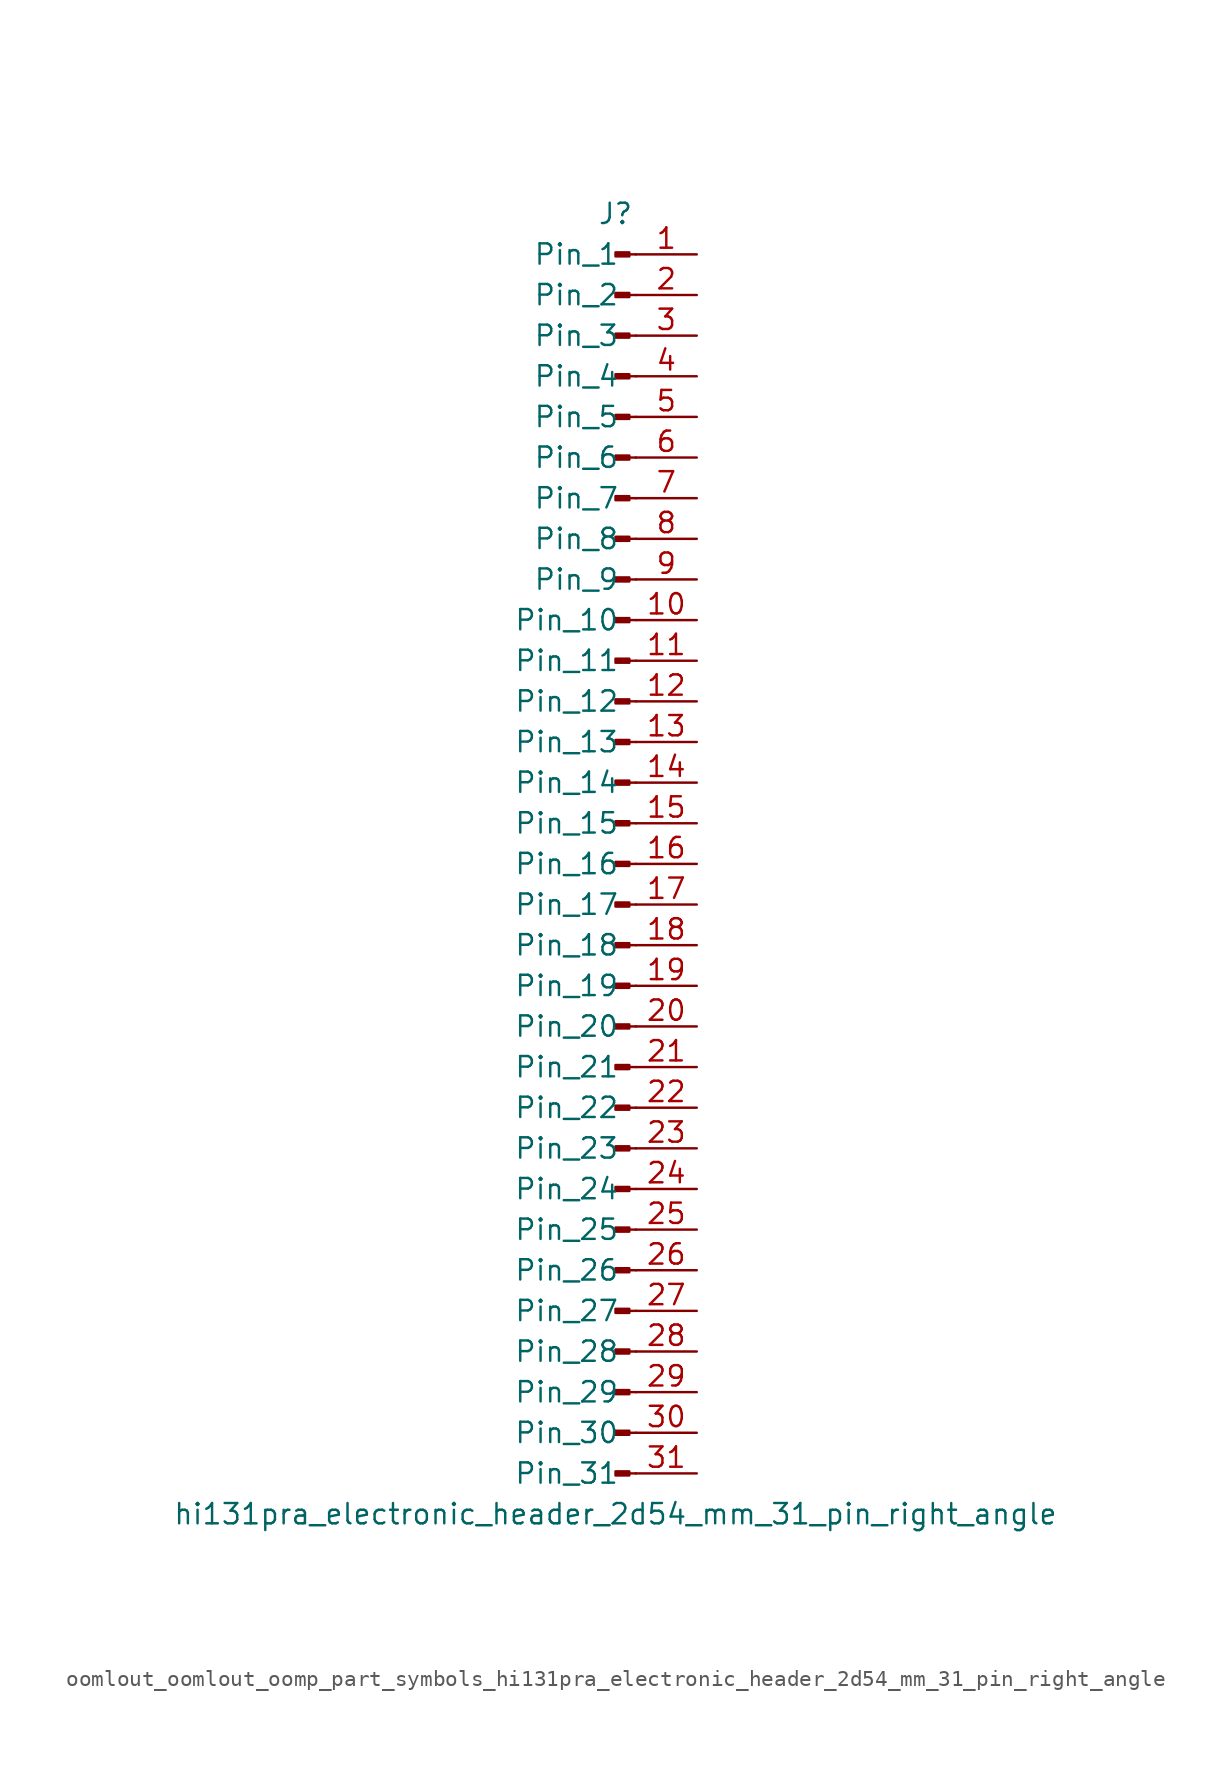
<source format=kicad_sym>
(kicad_symbol_lib
  (version 20220914)
  (generator kicad_symbol_editor)
  (symbol "oomlout_oomlout_oomp_part_symbols_hi131pra_electronic_header_2d54_mm_31_pin_right_angle"
    (pin_names
      (offset 1.016))
    (property "Reference" "J"
      (at 0 40.64 0)
      (effects (font (size 1.27 1.27))))
    (property "Value" "hi131pra_electronic_header_2d54_mm_31_pin_right_angle"
      (at 0 -40.64 0)
      (effects (font (size 1.27 1.27))))
    (property "ki_locked" ""
      (at 0 0 0)
      (effects (font (size 1.27 1.27))))
    (symbol "oomlout_oomlout_oomp_part_symbols_hi131pra_electronic_header_2d54_mm_31_pin_right_angle_1_1"
      (polyline (pts (xy 1.27 -38.1) (xy 0.864 -38.1)) (stroke (width 0.152) (type default)) (fill (type none)))
      (polyline (pts (xy 1.27 -35.56) (xy 0.864 -35.56)) (stroke (width 0.152) (type default)) (fill (type none)))
      (polyline (pts (xy 1.27 -33.02) (xy 0.864 -33.02)) (stroke (width 0.152) (type default)) (fill (type none)))
      (polyline (pts (xy 1.27 -30.48) (xy 0.864 -30.48)) (stroke (width 0.152) (type default)) (fill (type none)))
      (polyline (pts (xy 1.27 -27.94) (xy 0.864 -27.94)) (stroke (width 0.152) (type default)) (fill (type none)))
      (polyline (pts (xy 1.27 -25.4) (xy 0.864 -25.4)) (stroke (width 0.152) (type default)) (fill (type none)))
      (polyline (pts (xy 1.27 -22.86) (xy 0.864 -22.86)) (stroke (width 0.152) (type default)) (fill (type none)))
      (polyline (pts (xy 1.27 -20.32) (xy 0.864 -20.32)) (stroke (width 0.152) (type default)) (fill (type none)))
      (polyline (pts (xy 1.27 -17.78) (xy 0.864 -17.78)) (stroke (width 0.152) (type default)) (fill (type none)))
      (polyline (pts (xy 1.27 -15.24) (xy 0.864 -15.24)) (stroke (width 0.152) (type default)) (fill (type none)))
      (polyline (pts (xy 1.27 -12.7) (xy 0.864 -12.7)) (stroke (width 0.152) (type default)) (fill (type none)))
      (polyline (pts (xy 1.27 -10.16) (xy 0.864 -10.16)) (stroke (width 0.152) (type default)) (fill (type none)))
      (polyline (pts (xy 1.27 -7.62) (xy 0.864 -7.62)) (stroke (width 0.152) (type default)) (fill (type none)))
      (polyline (pts (xy 1.27 -5.08) (xy 0.864 -5.08)) (stroke (width 0.152) (type default)) (fill (type none)))
      (polyline (pts (xy 1.27 -2.54) (xy 0.864 -2.54)) (stroke (width 0.152) (type default)) (fill (type none)))
      (polyline (pts (xy 1.27 0) (xy 0.864 0)) (stroke (width 0.152) (type default)) (fill (type none)))
      (polyline (pts (xy 1.27 2.54) (xy 0.864 2.54)) (stroke (width 0.152) (type default)) (fill (type none)))
      (polyline (pts (xy 1.27 5.08) (xy 0.864 5.08)) (stroke (width 0.152) (type default)) (fill (type none)))
      (polyline (pts (xy 1.27 7.62) (xy 0.864 7.62)) (stroke (width 0.152) (type default)) (fill (type none)))
      (polyline (pts (xy 1.27 10.16) (xy 0.864 10.16)) (stroke (width 0.152) (type default)) (fill (type none)))
      (polyline (pts (xy 1.27 12.7) (xy 0.864 12.7)) (stroke (width 0.152) (type default)) (fill (type none)))
      (polyline (pts (xy 1.27 15.24) (xy 0.864 15.24)) (stroke (width 0.152) (type default)) (fill (type none)))
      (polyline (pts (xy 1.27 17.78) (xy 0.864 17.78)) (stroke (width 0.152) (type default)) (fill (type none)))
      (polyline (pts (xy 1.27 20.32) (xy 0.864 20.32)) (stroke (width 0.152) (type default)) (fill (type none)))
      (polyline (pts (xy 1.27 22.86) (xy 0.864 22.86)) (stroke (width 0.152) (type default)) (fill (type none)))
      (polyline (pts (xy 1.27 25.4) (xy 0.864 25.4)) (stroke (width 0.152) (type default)) (fill (type none)))
      (polyline (pts (xy 1.27 27.94) (xy 0.864 27.94)) (stroke (width 0.152) (type default)) (fill (type none)))
      (polyline (pts (xy 1.27 30.48) (xy 0.864 30.48)) (stroke (width 0.152) (type default)) (fill (type none)))
      (polyline (pts (xy 1.27 33.02) (xy 0.864 33.02)) (stroke (width 0.152) (type default)) (fill (type none)))
      (polyline (pts (xy 1.27 35.56) (xy 0.864 35.56)) (stroke (width 0.152) (type default)) (fill (type none)))
      (polyline (pts (xy 1.27 38.1) (xy 0.864 38.1)) (stroke (width 0.152) (type default)) (fill (type none)))
      (rectangle (start 0.864 -37.973) (end 0 -38.227) (stroke (width 0.152) (type default)) (fill (type outline)))
      (rectangle (start 0.864 -35.433) (end 0 -35.687) (stroke (width 0.152) (type default)) (fill (type outline)))
      (rectangle (start 0.864 -32.893) (end 0 -33.147) (stroke (width 0.152) (type default)) (fill (type outline)))
      (rectangle (start 0.864 -30.353) (end 0 -30.607) (stroke (width 0.152) (type default)) (fill (type outline)))
      (rectangle (start 0.864 -27.813) (end 0 -28.067) (stroke (width 0.152) (type default)) (fill (type outline)))
      (rectangle (start 0.864 -25.273) (end 0 -25.527) (stroke (width 0.152) (type default)) (fill (type outline)))
      (rectangle (start 0.864 -22.733) (end 0 -22.987) (stroke (width 0.152) (type default)) (fill (type outline)))
      (rectangle (start 0.864 -20.193) (end 0 -20.447) (stroke (width 0.152) (type default)) (fill (type outline)))
      (rectangle (start 0.864 -17.653) (end 0 -17.907) (stroke (width 0.152) (type default)) (fill (type outline)))
      (rectangle (start 0.864 -15.113) (end 0 -15.367) (stroke (width 0.152) (type default)) (fill (type outline)))
      (rectangle (start 0.864 -12.573) (end 0 -12.827) (stroke (width 0.152) (type default)) (fill (type outline)))
      (rectangle (start 0.864 -10.033) (end 0 -10.287) (stroke (width 0.152) (type default)) (fill (type outline)))
      (rectangle (start 0.864 -7.493) (end 0 -7.747) (stroke (width 0.152) (type default)) (fill (type outline)))
      (rectangle (start 0.864 -4.953) (end 0 -5.207) (stroke (width 0.152) (type default)) (fill (type outline)))
      (rectangle (start 0.864 -2.413) (end 0 -2.667) (stroke (width 0.152) (type default)) (fill (type outline)))
      (rectangle (start 0.864 0.127) (end 0 -0.127) (stroke (width 0.152) (type default)) (fill (type outline)))
      (rectangle (start 0.864 2.667) (end 0 2.413) (stroke (width 0.152) (type default)) (fill (type outline)))
      (rectangle (start 0.864 5.207) (end 0 4.953) (stroke (width 0.152) (type default)) (fill (type outline)))
      (rectangle (start 0.864 7.747) (end 0 7.493) (stroke (width 0.152) (type default)) (fill (type outline)))
      (rectangle (start 0.864 10.287) (end 0 10.033) (stroke (width 0.152) (type default)) (fill (type outline)))
      (rectangle (start 0.864 12.827) (end 0 12.573) (stroke (width 0.152) (type default)) (fill (type outline)))
      (rectangle (start 0.864 15.367) (end 0 15.113) (stroke (width 0.152) (type default)) (fill (type outline)))
      (rectangle (start 0.864 17.907) (end 0 17.653) (stroke (width 0.152) (type default)) (fill (type outline)))
      (rectangle (start 0.864 20.447) (end 0 20.193) (stroke (width 0.152) (type default)) (fill (type outline)))
      (rectangle (start 0.864 22.987) (end 0 22.733) (stroke (width 0.152) (type default)) (fill (type outline)))
      (rectangle (start 0.864 25.527) (end 0 25.273) (stroke (width 0.152) (type default)) (fill (type outline)))
      (rectangle (start 0.864 28.067) (end 0 27.813) (stroke (width 0.152) (type default)) (fill (type outline)))
      (rectangle (start 0.864 30.607) (end 0 30.353) (stroke (width 0.152) (type default)) (fill (type outline)))
      (rectangle (start 0.864 33.147) (end 0 32.893) (stroke (width 0.152) (type default)) (fill (type outline)))
      (rectangle (start 0.864 35.687) (end 0 35.433) (stroke (width 0.152) (type default)) (fill (type outline)))
      (rectangle (start 0.864 38.227) (end 0 37.973) (stroke (width 0.152) (type default)) (fill (type outline)))
      (pin passive line (at 5.08 38.1 180) (length 3.81) (name "Pin_1" (effects (font (size 1.27 1.27)))) (number "1" (effects (font (size 1.27 1.27)))))
      (pin passive line (at 5.08 15.24 180) (length 3.81) (name "Pin_10" (effects (font (size 1.27 1.27)))) (number "10" (effects (font (size 1.27 1.27)))))
      (pin passive line (at 5.08 12.7 180) (length 3.81) (name "Pin_11" (effects (font (size 1.27 1.27)))) (number "11" (effects (font (size 1.27 1.27)))))
      (pin passive line (at 5.08 10.16 180) (length 3.81) (name "Pin_12" (effects (font (size 1.27 1.27)))) (number "12" (effects (font (size 1.27 1.27)))))
      (pin passive line (at 5.08 7.62 180) (length 3.81) (name "Pin_13" (effects (font (size 1.27 1.27)))) (number "13" (effects (font (size 1.27 1.27)))))
      (pin passive line (at 5.08 5.08 180) (length 3.81) (name "Pin_14" (effects (font (size 1.27 1.27)))) (number "14" (effects (font (size 1.27 1.27)))))
      (pin passive line (at 5.08 2.54 180) (length 3.81) (name "Pin_15" (effects (font (size 1.27 1.27)))) (number "15" (effects (font (size 1.27 1.27)))))
      (pin passive line (at 5.08 0 180) (length 3.81) (name "Pin_16" (effects (font (size 1.27 1.27)))) (number "16" (effects (font (size 1.27 1.27)))))
      (pin passive line (at 5.08 -2.54 180) (length 3.81) (name "Pin_17" (effects (font (size 1.27 1.27)))) (number "17" (effects (font (size 1.27 1.27)))))
      (pin passive line (at 5.08 -5.08 180) (length 3.81) (name "Pin_18" (effects (font (size 1.27 1.27)))) (number "18" (effects (font (size 1.27 1.27)))))
      (pin passive line (at 5.08 -7.62 180) (length 3.81) (name "Pin_19" (effects (font (size 1.27 1.27)))) (number "19" (effects (font (size 1.27 1.27)))))
      (pin passive line (at 5.08 35.56 180) (length 3.81) (name "Pin_2" (effects (font (size 1.27 1.27)))) (number "2" (effects (font (size 1.27 1.27)))))
      (pin passive line (at 5.08 -10.16 180) (length 3.81) (name "Pin_20" (effects (font (size 1.27 1.27)))) (number "20" (effects (font (size 1.27 1.27)))))
      (pin passive line (at 5.08 -12.7 180) (length 3.81) (name "Pin_21" (effects (font (size 1.27 1.27)))) (number "21" (effects (font (size 1.27 1.27)))))
      (pin passive line (at 5.08 -15.24 180) (length 3.81) (name "Pin_22" (effects (font (size 1.27 1.27)))) (number "22" (effects (font (size 1.27 1.27)))))
      (pin passive line (at 5.08 -17.78 180) (length 3.81) (name "Pin_23" (effects (font (size 1.27 1.27)))) (number "23" (effects (font (size 1.27 1.27)))))
      (pin passive line (at 5.08 -20.32 180) (length 3.81) (name "Pin_24" (effects (font (size 1.27 1.27)))) (number "24" (effects (font (size 1.27 1.27)))))
      (pin passive line (at 5.08 -22.86 180) (length 3.81) (name "Pin_25" (effects (font (size 1.27 1.27)))) (number "25" (effects (font (size 1.27 1.27)))))
      (pin passive line (at 5.08 -25.4 180) (length 3.81) (name "Pin_26" (effects (font (size 1.27 1.27)))) (number "26" (effects (font (size 1.27 1.27)))))
      (pin passive line (at 5.08 -27.94 180) (length 3.81) (name "Pin_27" (effects (font (size 1.27 1.27)))) (number "27" (effects (font (size 1.27 1.27)))))
      (pin passive line (at 5.08 -30.48 180) (length 3.81) (name "Pin_28" (effects (font (size 1.27 1.27)))) (number "28" (effects (font (size 1.27 1.27)))))
      (pin passive line (at 5.08 -33.02 180) (length 3.81) (name "Pin_29" (effects (font (size 1.27 1.27)))) (number "29" (effects (font (size 1.27 1.27)))))
      (pin passive line (at 5.08 33.02 180) (length 3.81) (name "Pin_3" (effects (font (size 1.27 1.27)))) (number "3" (effects (font (size 1.27 1.27)))))
      (pin passive line (at 5.08 -35.56 180) (length 3.81) (name "Pin_30" (effects (font (size 1.27 1.27)))) (number "30" (effects (font (size 1.27 1.27)))))
      (pin passive line (at 5.08 -38.1 180) (length 3.81) (name "Pin_31" (effects (font (size 1.27 1.27)))) (number "31" (effects (font (size 1.27 1.27)))))
      (pin passive line (at 5.08 30.48 180) (length 3.81) (name "Pin_4" (effects (font (size 1.27 1.27)))) (number "4" (effects (font (size 1.27 1.27)))))
      (pin passive line (at 5.08 27.94 180) (length 3.81) (name "Pin_5" (effects (font (size 1.27 1.27)))) (number "5" (effects (font (size 1.27 1.27)))))
      (pin passive line (at 5.08 25.4 180) (length 3.81) (name "Pin_6" (effects (font (size 1.27 1.27)))) (number "6" (effects (font (size 1.27 1.27)))))
      (pin passive line (at 5.08 22.86 180) (length 3.81) (name "Pin_7" (effects (font (size 1.27 1.27)))) (number "7" (effects (font (size 1.27 1.27)))))
      (pin passive line (at 5.08 20.32 180) (length 3.81) (name "Pin_8" (effects (font (size 1.27 1.27)))) (number "8" (effects (font (size 1.27 1.27)))))
      (pin passive line (at 5.08 17.78 180) (length 3.81) (name "Pin_9" (effects (font (size 1.27 1.27)))) (number "9" (effects (font (size 1.27 1.27))))))))
</source>
